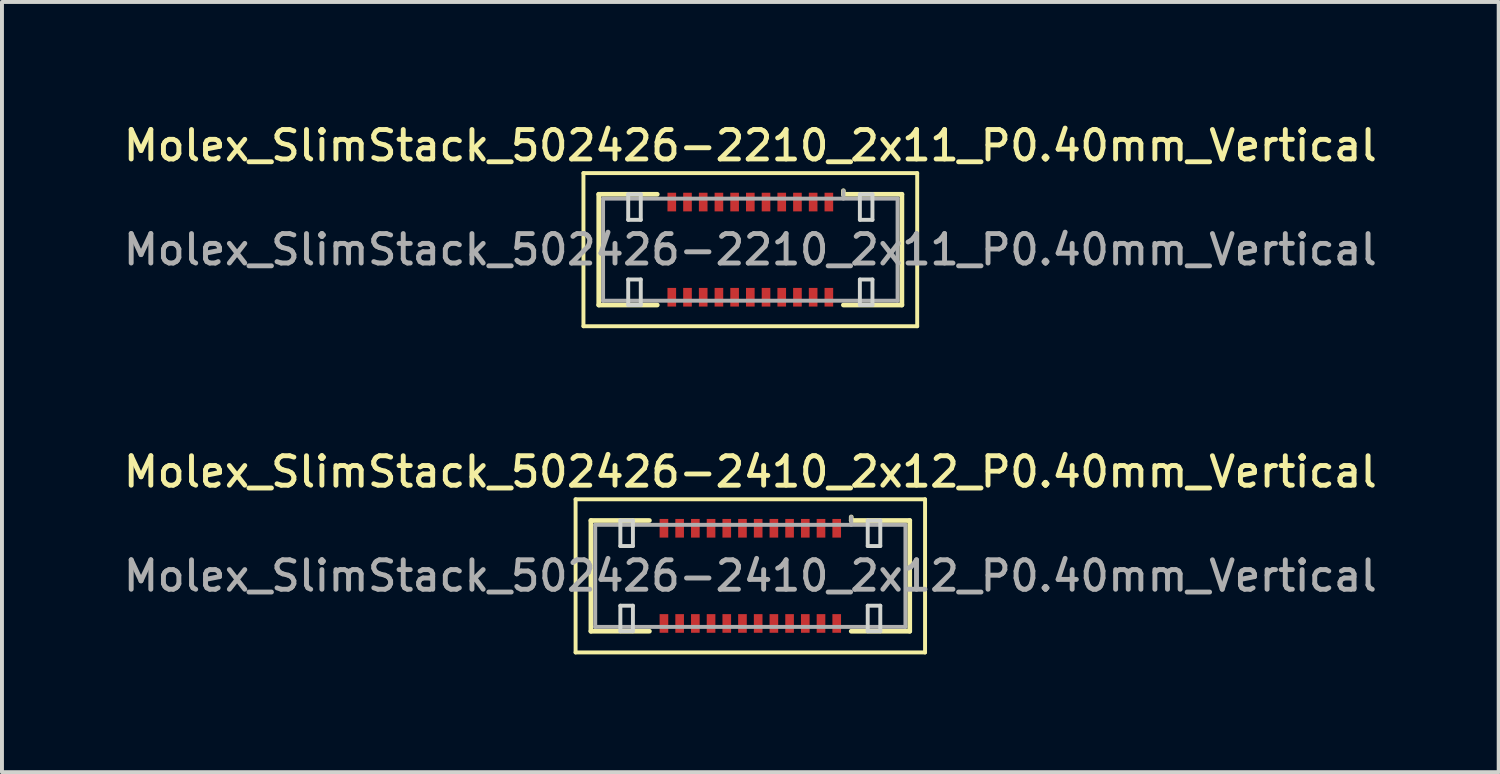
<source format=kicad_pcb>
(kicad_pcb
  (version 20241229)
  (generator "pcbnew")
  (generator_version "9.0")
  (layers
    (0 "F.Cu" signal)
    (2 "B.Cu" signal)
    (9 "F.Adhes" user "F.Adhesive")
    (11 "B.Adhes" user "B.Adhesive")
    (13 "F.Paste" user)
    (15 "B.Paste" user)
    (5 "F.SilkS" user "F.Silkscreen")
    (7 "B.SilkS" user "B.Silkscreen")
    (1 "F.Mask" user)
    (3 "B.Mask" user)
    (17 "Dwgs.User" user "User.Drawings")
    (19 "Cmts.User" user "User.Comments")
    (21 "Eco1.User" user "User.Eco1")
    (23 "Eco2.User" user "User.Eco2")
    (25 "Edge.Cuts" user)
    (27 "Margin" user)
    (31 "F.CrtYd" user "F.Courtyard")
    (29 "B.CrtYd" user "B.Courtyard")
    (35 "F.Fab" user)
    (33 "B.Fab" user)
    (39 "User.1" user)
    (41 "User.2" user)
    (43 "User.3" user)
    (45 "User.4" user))
  (footprint "Molex_SlimStack_502426-2210_2x11_P0.40mm_Vertical"
    (layer "F.Cu")
    (at 16.059 3.308)
    (property "Reference" "Molex_SlimStack_502426-2210_2x11_P0.40mm_Vertical" (at 0 -2.65 0) (layer "F.SilkS") (effects (font (size 0.75 0.75) (thickness 0.125))))
    (attr smd)
    (fp_line (start -4.25 -1.95) (end -4.25 1.95) (stroke (width 0.1) (type solid)) (layer "F.SilkS"))
    (fp_line (start -4.25 1.95) (end 4.25 1.95) (stroke (width 0.1) (type solid)) (layer "F.SilkS"))
    (fp_line (start -3.86 -1.41) (end -2.37 -1.41) (stroke (width 0.12) (type solid)) (layer "F.SilkS"))
    (fp_line (start -3.86 1.41) (end -3.86 -1.41) (stroke (width 0.12) (type solid)) (layer "F.SilkS"))
    (fp_line (start -2.37 1.41) (end -3.86 1.41) (stroke (width 0.12) (type solid)) (layer "F.SilkS"))
    (fp_line (start 2.37 -1.41) (end 2.37 -1.5) (stroke (width 0.12) (type solid)) (layer "F.SilkS"))
    (fp_line (start 2.37 1.41) (end 3.86 1.41) (stroke (width 0.12) (type solid)) (layer "F.SilkS"))
    (fp_line (start 3.86 -1.41) (end 2.37 -1.41) (stroke (width 0.12) (type solid)) (layer "F.SilkS"))
    (fp_line (start 3.86 1.41) (end 3.86 -1.41) (stroke (width 0.12) (type solid)) (layer "F.SilkS"))
    (fp_line (start 4.25 -1.95) (end -4.25 -1.95) (stroke (width 0.1) (type solid)) (layer "F.SilkS"))
    (fp_line (start 4.25 1.95) (end 4.25 -1.95) (stroke (width 0.1) (type solid)) (layer "F.SilkS"))
    (fp_line (start -3.11 -1.41) (end -3.11 -0.76) (stroke (width 0.1) (type solid)) (layer "Edge.Cuts"))
    (fp_line (start -3.11 -0.76) (end -2.79 -0.76) (stroke (width 0.1) (type solid)) (layer "Edge.Cuts"))
    (fp_line (start -3.11 0.76) (end -3.11 1.41) (stroke (width 0.1) (type solid)) (layer "Edge.Cuts"))
    (fp_line (start -3.11 1.41) (end -2.79 1.41) (stroke (width 0.1) (type solid)) (layer "Edge.Cuts"))
    (fp_line (start -2.79 -1.41) (end -3.11 -1.41) (stroke (width 0.1) (type solid)) (layer "Edge.Cuts"))
    (fp_line (start -2.79 -0.76) (end -2.79 -1.41) (stroke (width 0.1) (type solid)) (layer "Edge.Cuts"))
    (fp_line (start -2.79 0.76) (end -3.11 0.76) (stroke (width 0.1) (type solid)) (layer "Edge.Cuts"))
    (fp_line (start -2.79 1.41) (end -2.79 0.76) (stroke (width 0.1) (type solid)) (layer "Edge.Cuts"))
    (fp_line (start 2.79 -1.41) (end 2.79 -0.76) (stroke (width 0.1) (type solid)) (layer "Edge.Cuts"))
    (fp_line (start 2.79 -0.76) (end 3.11 -0.76) (stroke (width 0.1) (type solid)) (layer "Edge.Cuts"))
    (fp_line (start 2.79 0.76) (end 2.79 1.41) (stroke (width 0.1) (type solid)) (layer "Edge.Cuts"))
    (fp_line (start 2.79 1.41) (end 3.11 1.41) (stroke (width 0.1) (type solid)) (layer "Edge.Cuts"))
    (fp_line (start 3.11 -1.41) (end 2.79 -1.41) (stroke (width 0.1) (type solid)) (layer "Edge.Cuts"))
    (fp_line (start 3.11 -0.76) (end 3.11 -1.41) (stroke (width 0.1) (type solid)) (layer "Edge.Cuts"))
    (fp_line (start 3.11 0.76) (end 2.79 0.76) (stroke (width 0.1) (type solid)) (layer "Edge.Cuts"))
    (fp_line (start 3.11 1.41) (end 3.11 0.76) (stroke (width 0.1) (type solid)) (layer "Edge.Cuts"))
    (fp_line (start -3.75 -1.3) (end -3.75 1.3) (stroke (width 0.1) (type solid)) (layer "F.Fab"))
    (fp_line (start -3.75 1.3) (end 3.75 1.3) (stroke (width 0.1) (type solid)) (layer "F.Fab"))
    (fp_line (start 2.37 -1.3) (end 2.37 -1.5) (stroke (width 0.1) (type solid)) (layer "F.Fab"))
    (fp_line (start 3.75 -1.3) (end -3.75 -1.3) (stroke (width 0.1) (type solid)) (layer "F.Fab"))
    (fp_line (start 3.75 1.3) (end 3.75 -1.3) (stroke (width 0.1) (type solid)) (layer "F.Fab"))
    (fp_text user "${REFERENCE}" (at 0 0 0) (layer "F.Fab") (effects (font (size 0.75 0.75) (thickness 0.125))))
    (pad "1" smd rect (at 2 -1.212) (size 0.22 0.475) (layers "F.Cu" "F.Mask" "F.Paste"))
    (pad "2" smd rect (at 2 1.212) (size 0.22 0.475) (layers "F.Cu" "F.Mask" "F.Paste"))
    (pad "3" smd rect (at 1.6 -1.212) (size 0.22 0.475) (layers "F.Cu" "F.Mask" "F.Paste"))
    (pad "4" smd rect (at 1.6 1.212) (size 0.22 0.475) (layers "F.Cu" "F.Mask" "F.Paste"))
    (pad "5" smd rect (at 1.2 -1.212) (size 0.22 0.475) (layers "F.Cu" "F.Mask" "F.Paste"))
    (pad "6" smd rect (at 1.2 1.212) (size 0.22 0.475) (layers "F.Cu" "F.Mask" "F.Paste"))
    (pad "7" smd rect (at 0.8 -1.212) (size 0.22 0.475) (layers "F.Cu" "F.Mask" "F.Paste"))
    (pad "8" smd rect (at 0.8 1.212) (size 0.22 0.475) (layers "F.Cu" "F.Mask" "F.Paste"))
    (pad "9" smd rect (at 0.4 -1.212) (size 0.22 0.475) (layers "F.Cu" "F.Mask" "F.Paste"))
    (pad "10" smd rect (at 0.4 1.212) (size 0.22 0.475) (layers "F.Cu" "F.Mask" "F.Paste"))
    (pad "11" smd rect (at 0 -1.212) (size 0.22 0.475) (layers "F.Cu" "F.Mask" "F.Paste"))
    (pad "12" smd rect (at 0 1.212) (size 0.22 0.475) (layers "F.Cu" "F.Mask" "F.Paste"))
    (pad "13" smd rect (at -0.4 -1.212) (size 0.22 0.475) (layers "F.Cu" "F.Mask" "F.Paste"))
    (pad "14" smd rect (at -0.4 1.212) (size 0.22 0.475) (layers "F.Cu" "F.Mask" "F.Paste"))
    (pad "15" smd rect (at -0.8 -1.212) (size 0.22 0.475) (layers "F.Cu" "F.Mask" "F.Paste"))
    (pad "16" smd rect (at -0.8 1.212) (size 0.22 0.475) (layers "F.Cu" "F.Mask" "F.Paste"))
    (pad "17" smd rect (at -1.2 -1.212) (size 0.22 0.475) (layers "F.Cu" "F.Mask" "F.Paste"))
    (pad "18" smd rect (at -1.2 1.212) (size 0.22 0.475) (layers "F.Cu" "F.Mask" "F.Paste"))
    (pad "19" smd rect (at -1.6 -1.212) (size 0.22 0.475) (layers "F.Cu" "F.Mask" "F.Paste"))
    (pad "20" smd rect (at -1.6 1.212) (size 0.22 0.475) (layers "F.Cu" "F.Mask" "F.Paste"))
    (pad "21" smd rect (at -2 -1.212) (size 0.22 0.475) (layers "F.Cu" "F.Mask" "F.Paste"))
    (pad "22" smd rect (at -2 1.212) (size 0.22 0.475) (layers "F.Cu" "F.Mask" "F.Paste")))
  (footprint "Molex_SlimStack_502426-2410_2x12_P0.40mm_Vertical"
    (layer "F.Cu")
    (at 16.059 11.616)
    (property "Reference" "Molex_SlimStack_502426-2410_2x12_P0.40mm_Vertical" (at 0 -2.65 0) (layer "F.SilkS") (effects (font (size 0.75 0.75) (thickness 0.125))))
    (attr smd)
    (fp_line (start -4.45 -1.95) (end -4.45 1.95) (stroke (width 0.1) (type solid)) (layer "F.SilkS"))
    (fp_line (start -4.45 1.95) (end 4.45 1.95) (stroke (width 0.1) (type solid)) (layer "F.SilkS"))
    (fp_line (start -4.06 -1.41) (end -2.57 -1.41) (stroke (width 0.12) (type solid)) (layer "F.SilkS"))
    (fp_line (start -4.06 1.41) (end -4.06 -1.41) (stroke (width 0.12) (type solid)) (layer "F.SilkS"))
    (fp_line (start -2.57 1.41) (end -4.06 1.41) (stroke (width 0.12) (type solid)) (layer "F.SilkS"))
    (fp_line (start 2.57 -1.41) (end 2.57 -1.5) (stroke (width 0.12) (type solid)) (layer "F.SilkS"))
    (fp_line (start 2.57 1.41) (end 4.06 1.41) (stroke (width 0.12) (type solid)) (layer "F.SilkS"))
    (fp_line (start 4.06 -1.41) (end 2.57 -1.41) (stroke (width 0.12) (type solid)) (layer "F.SilkS"))
    (fp_line (start 4.06 1.41) (end 4.06 -1.41) (stroke (width 0.12) (type solid)) (layer "F.SilkS"))
    (fp_line (start 4.45 -1.95) (end -4.45 -1.95) (stroke (width 0.1) (type solid)) (layer "F.SilkS"))
    (fp_line (start 4.45 1.95) (end 4.45 -1.95) (stroke (width 0.1) (type solid)) (layer "F.SilkS"))
    (fp_line (start -3.31 -1.41) (end -3.31 -0.76) (stroke (width 0.1) (type solid)) (layer "Edge.Cuts"))
    (fp_line (start -3.31 -0.76) (end -2.99 -0.76) (stroke (width 0.1) (type solid)) (layer "Edge.Cuts"))
    (fp_line (start -3.31 0.76) (end -3.31 1.41) (stroke (width 0.1) (type solid)) (layer "Edge.Cuts"))
    (fp_line (start -3.31 1.41) (end -2.99 1.41) (stroke (width 0.1) (type solid)) (layer "Edge.Cuts"))
    (fp_line (start -2.99 -1.41) (end -3.31 -1.41) (stroke (width 0.1) (type solid)) (layer "Edge.Cuts"))
    (fp_line (start -2.99 -0.76) (end -2.99 -1.41) (stroke (width 0.1) (type solid)) (layer "Edge.Cuts"))
    (fp_line (start -2.99 0.76) (end -3.31 0.76) (stroke (width 0.1) (type solid)) (layer "Edge.Cuts"))
    (fp_line (start -2.99 1.41) (end -2.99 0.76) (stroke (width 0.1) (type solid)) (layer "Edge.Cuts"))
    (fp_line (start 2.99 -1.41) (end 2.99 -0.76) (stroke (width 0.1) (type solid)) (layer "Edge.Cuts"))
    (fp_line (start 2.99 -0.76) (end 3.31 -0.76) (stroke (width 0.1) (type solid)) (layer "Edge.Cuts"))
    (fp_line (start 2.99 0.76) (end 2.99 1.41) (stroke (width 0.1) (type solid)) (layer "Edge.Cuts"))
    (fp_line (start 2.99 1.41) (end 3.31 1.41) (stroke (width 0.1) (type solid)) (layer "Edge.Cuts"))
    (fp_line (start 3.31 -1.41) (end 2.99 -1.41) (stroke (width 0.1) (type solid)) (layer "Edge.Cuts"))
    (fp_line (start 3.31 -0.76) (end 3.31 -1.41) (stroke (width 0.1) (type solid)) (layer "Edge.Cuts"))
    (fp_line (start 3.31 0.76) (end 2.99 0.76) (stroke (width 0.1) (type solid)) (layer "Edge.Cuts"))
    (fp_line (start 3.31 1.41) (end 3.31 0.76) (stroke (width 0.1) (type solid)) (layer "Edge.Cuts"))
    (fp_line (start -3.95 -1.3) (end -3.95 1.3) (stroke (width 0.1) (type solid)) (layer "F.Fab"))
    (fp_line (start -3.95 1.3) (end 3.95 1.3) (stroke (width 0.1) (type solid)) (layer "F.Fab"))
    (fp_line (start 2.57 -1.3) (end 2.57 -1.5) (stroke (width 0.1) (type solid)) (layer "F.Fab"))
    (fp_line (start 3.95 -1.3) (end -3.95 -1.3) (stroke (width 0.1) (type solid)) (layer "F.Fab"))
    (fp_line (start 3.95 1.3) (end 3.95 -1.3) (stroke (width 0.1) (type solid)) (layer "F.Fab"))
    (fp_text user "${REFERENCE}" (at 0 0 0) (layer "F.Fab") (effects (font (size 0.75 0.75) (thickness 0.125))))
    (pad "1" smd rect (at 2.2 -1.212) (size 0.22 0.475) (layers "F.Cu" "F.Mask" "F.Paste"))
    (pad "2" smd rect (at 2.2 1.212) (size 0.22 0.475) (layers "F.Cu" "F.Mask" "F.Paste"))
    (pad "3" smd rect (at 1.8 -1.212) (size 0.22 0.475) (layers "F.Cu" "F.Mask" "F.Paste"))
    (pad "4" smd rect (at 1.8 1.212) (size 0.22 0.475) (layers "F.Cu" "F.Mask" "F.Paste"))
    (pad "5" smd rect (at 1.4 -1.212) (size 0.22 0.475) (layers "F.Cu" "F.Mask" "F.Paste"))
    (pad "6" smd rect (at 1.4 1.212) (size 0.22 0.475) (layers "F.Cu" "F.Mask" "F.Paste"))
    (pad "7" smd rect (at 1 -1.212) (size 0.22 0.475) (layers "F.Cu" "F.Mask" "F.Paste"))
    (pad "8" smd rect (at 1 1.212) (size 0.22 0.475) (layers "F.Cu" "F.Mask" "F.Paste"))
    (pad "9" smd rect (at 0.6 -1.212) (size 0.22 0.475) (layers "F.Cu" "F.Mask" "F.Paste"))
    (pad "10" smd rect (at 0.6 1.212) (size 0.22 0.475) (layers "F.Cu" "F.Mask" "F.Paste"))
    (pad "11" smd rect (at 0.2 -1.212) (size 0.22 0.475) (layers "F.Cu" "F.Mask" "F.Paste"))
    (pad "12" smd rect (at 0.2 1.212) (size 0.22 0.475) (layers "F.Cu" "F.Mask" "F.Paste"))
    (pad "13" smd rect (at -0.2 -1.212) (size 0.22 0.475) (layers "F.Cu" "F.Mask" "F.Paste"))
    (pad "14" smd rect (at -0.2 1.212) (size 0.22 0.475) (layers "F.Cu" "F.Mask" "F.Paste"))
    (pad "15" smd rect (at -0.6 -1.212) (size 0.22 0.475) (layers "F.Cu" "F.Mask" "F.Paste"))
    (pad "16" smd rect (at -0.6 1.212) (size 0.22 0.475) (layers "F.Cu" "F.Mask" "F.Paste"))
    (pad "17" smd rect (at -1 -1.212) (size 0.22 0.475) (layers "F.Cu" "F.Mask" "F.Paste"))
    (pad "18" smd rect (at -1 1.212) (size 0.22 0.475) (layers "F.Cu" "F.Mask" "F.Paste"))
    (pad "19" smd rect (at -1.4 -1.212) (size 0.22 0.475) (layers "F.Cu" "F.Mask" "F.Paste"))
    (pad "20" smd rect (at -1.4 1.212) (size 0.22 0.475) (layers "F.Cu" "F.Mask" "F.Paste"))
    (pad "21" smd rect (at -1.8 -1.212) (size 0.22 0.475) (layers "F.Cu" "F.Mask" "F.Paste"))
    (pad "22" smd rect (at -1.8 1.212) (size 0.22 0.475) (layers "F.Cu" "F.Mask" "F.Paste"))
    (pad "23" smd rect (at -2.2 -1.212) (size 0.22 0.475) (layers "F.Cu" "F.Mask" "F.Paste"))
    (pad "24" smd rect (at -2.2 1.212) (size 0.22 0.475) (layers "F.Cu" "F.Mask" "F.Paste")))
  (gr_rect
    (start -3 -3)
    (end 35.118 16.616)
    (stroke (width 0.1) (type default))
    (fill no)
    (layer "Edge.Cuts")))
</source>
